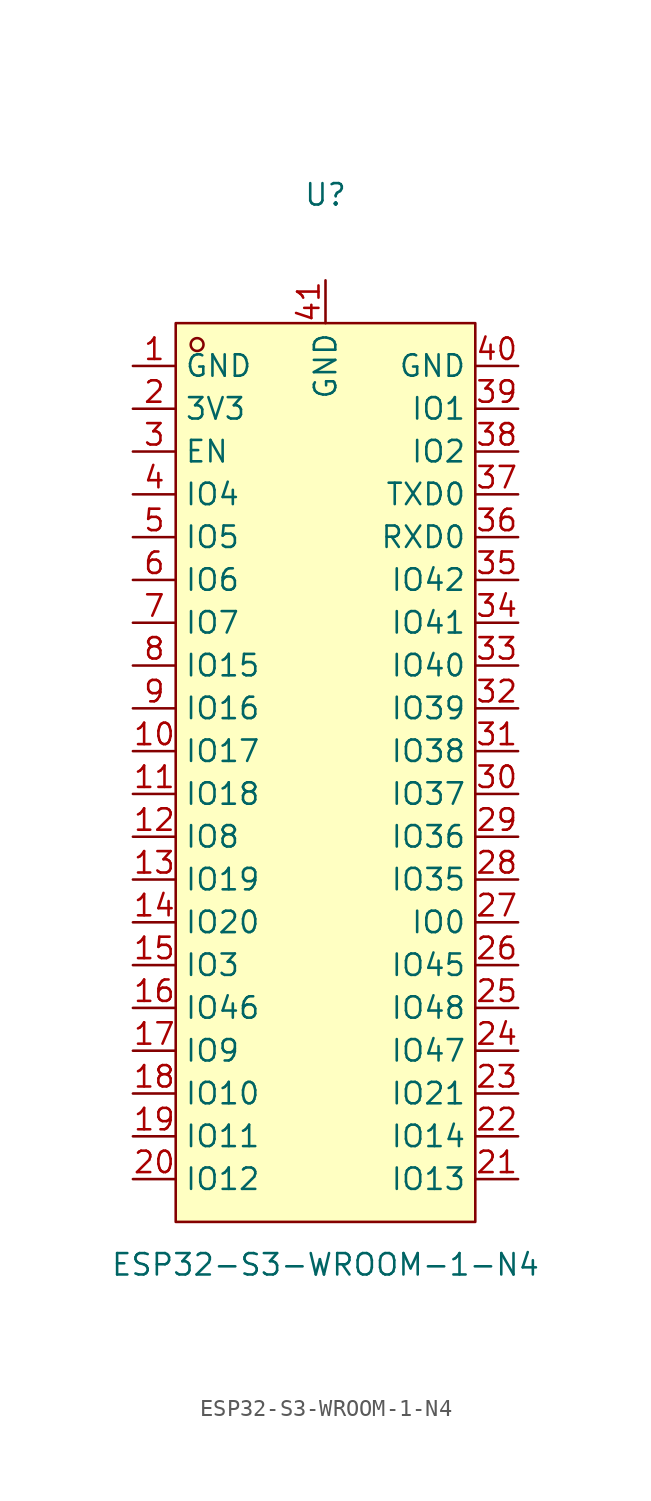
<source format=kicad_sym>
(kicad_symbol_lib
  (version 20211014)
  (generator https://github.com/uPesy/easyeda2kicad.py)
  (symbol "ESP32-S3-WROOM-1-N4"
    (property "Reference" "U"
      (at 0 34.29 0)
      (effects (font (size 1.27 1.27))))
    (property "Value" "ESP32-S3-WROOM-1-N4"
      (at 0 -29.21 0)
      (effects (font (size 1.27 1.27))))
    (symbol "ESP32-S3-WROOM-1-N4_0_1"
      (rectangle (start -8.89 26.67) (end 8.89 -26.67) (stroke (width 0) (type default) (color 0 0 0 0)) (fill (type background)))
      (circle (center -7.62 25.40) (radius 0.38) (stroke (width 0) (type default) (color 0 0 0 0)) (fill (type none)))
      (pin unspecified line (at -11.43 24.13 0) (length 2.54) (name "GND" (effects (font (size 1.27 1.27)))) (number "1" (effects (font (size 1.27 1.27)))))
      (pin unspecified line (at -11.43 21.59 0) (length 2.54) (name "3V3" (effects (font (size 1.27 1.27)))) (number "2" (effects (font (size 1.27 1.27)))))
      (pin unspecified line (at -11.43 19.05 0) (length 2.54) (name "EN" (effects (font (size 1.27 1.27)))) (number "3" (effects (font (size 1.27 1.27)))))
      (pin unspecified line (at -11.43 16.51 0) (length 2.54) (name "IO4" (effects (font (size 1.27 1.27)))) (number "4" (effects (font (size 1.27 1.27)))))
      (pin unspecified line (at -11.43 13.97 0) (length 2.54) (name "IO5" (effects (font (size 1.27 1.27)))) (number "5" (effects (font (size 1.27 1.27)))))
      (pin unspecified line (at -11.43 11.43 0) (length 2.54) (name "IO6" (effects (font (size 1.27 1.27)))) (number "6" (effects (font (size 1.27 1.27)))))
      (pin unspecified line (at -11.43 8.89 0) (length 2.54) (name "IO7" (effects (font (size 1.27 1.27)))) (number "7" (effects (font (size 1.27 1.27)))))
      (pin unspecified line (at -11.43 6.35 0) (length 2.54) (name "IO15" (effects (font (size 1.27 1.27)))) (number "8" (effects (font (size 1.27 1.27)))))
      (pin unspecified line (at -11.43 3.81 0) (length 2.54) (name "IO16" (effects (font (size 1.27 1.27)))) (number "9" (effects (font (size 1.27 1.27)))))
      (pin unspecified line (at -11.43 1.27 0) (length 2.54) (name "IO17" (effects (font (size 1.27 1.27)))) (number "10" (effects (font (size 1.27 1.27)))))
      (pin unspecified line (at -11.43 -1.27 0) (length 2.54) (name "IO18" (effects (font (size 1.27 1.27)))) (number "11" (effects (font (size 1.27 1.27)))))
      (pin unspecified line (at -11.43 -3.81 0) (length 2.54) (name "IO8" (effects (font (size 1.27 1.27)))) (number "12" (effects (font (size 1.27 1.27)))))
      (pin unspecified line (at -11.43 -6.35 0) (length 2.54) (name "IO19" (effects (font (size 1.27 1.27)))) (number "13" (effects (font (size 1.27 1.27)))))
      (pin unspecified line (at -11.43 -8.89 0) (length 2.54) (name "IO20" (effects (font (size 1.27 1.27)))) (number "14" (effects (font (size 1.27 1.27)))))
      (pin unspecified line (at -11.43 -11.43 0) (length 2.54) (name "IO3" (effects (font (size 1.27 1.27)))) (number "15" (effects (font (size 1.27 1.27)))))
      (pin unspecified line (at -11.43 -13.97 0) (length 2.54) (name "IO46" (effects (font (size 1.27 1.27)))) (number "16" (effects (font (size 1.27 1.27)))))
      (pin unspecified line (at -11.43 -16.51 0) (length 2.54) (name "IO9" (effects (font (size 1.27 1.27)))) (number "17" (effects (font (size 1.27 1.27)))))
      (pin unspecified line (at -11.43 -19.05 0) (length 2.54) (name "IO10" (effects (font (size 1.27 1.27)))) (number "18" (effects (font (size 1.27 1.27)))))
      (pin unspecified line (at -11.43 -21.59 0) (length 2.54) (name "IO11" (effects (font (size 1.27 1.27)))) (number "19" (effects (font (size 1.27 1.27)))))
      (pin unspecified line (at -11.43 -24.13 0) (length 2.54) (name "IO12" (effects (font (size 1.27 1.27)))) (number "20" (effects (font (size 1.27 1.27)))))
      (pin unspecified line (at 11.43 -24.13 180) (length 2.54) (name "IO13" (effects (font (size 1.27 1.27)))) (number "21" (effects (font (size 1.27 1.27)))))
      (pin unspecified line (at 11.43 -21.59 180) (length 2.54) (name "IO14" (effects (font (size 1.27 1.27)))) (number "22" (effects (font (size 1.27 1.27)))))
      (pin unspecified line (at 11.43 -19.05 180) (length 2.54) (name "IO21" (effects (font (size 1.27 1.27)))) (number "23" (effects (font (size 1.27 1.27)))))
      (pin unspecified line (at 11.43 -16.51 180) (length 2.54) (name "IO47" (effects (font (size 1.27 1.27)))) (number "24" (effects (font (size 1.27 1.27)))))
      (pin unspecified line (at 11.43 -13.97 180) (length 2.54) (name "IO48" (effects (font (size 1.27 1.27)))) (number "25" (effects (font (size 1.27 1.27)))))
      (pin unspecified line (at 11.43 -11.43 180) (length 2.54) (name "IO45" (effects (font (size 1.27 1.27)))) (number "26" (effects (font (size 1.27 1.27)))))
      (pin unspecified line (at 11.43 -8.89 180) (length 2.54) (name "IO0" (effects (font (size 1.27 1.27)))) (number "27" (effects (font (size 1.27 1.27)))))
      (pin unspecified line (at 11.43 -6.35 180) (length 2.54) (name "IO35" (effects (font (size 1.27 1.27)))) (number "28" (effects (font (size 1.27 1.27)))))
      (pin unspecified line (at 11.43 -3.81 180) (length 2.54) (name "IO36" (effects (font (size 1.27 1.27)))) (number "29" (effects (font (size 1.27 1.27)))))
      (pin unspecified line (at 11.43 -1.27 180) (length 2.54) (name "IO37" (effects (font (size 1.27 1.27)))) (number "30" (effects (font (size 1.27 1.27)))))
      (pin unspecified line (at 11.43 1.27 180) (length 2.54) (name "IO38" (effects (font (size 1.27 1.27)))) (number "31" (effects (font (size 1.27 1.27)))))
      (pin unspecified line (at 11.43 3.81 180) (length 2.54) (name "IO39" (effects (font (size 1.27 1.27)))) (number "32" (effects (font (size 1.27 1.27)))))
      (pin unspecified line (at 11.43 6.35 180) (length 2.54) (name "IO40" (effects (font (size 1.27 1.27)))) (number "33" (effects (font (size 1.27 1.27)))))
      (pin unspecified line (at 11.43 8.89 180) (length 2.54) (name "IO41" (effects (font (size 1.27 1.27)))) (number "34" (effects (font (size 1.27 1.27)))))
      (pin unspecified line (at 11.43 11.43 180) (length 2.54) (name "IO42" (effects (font (size 1.27 1.27)))) (number "35" (effects (font (size 1.27 1.27)))))
      (pin unspecified line (at 11.43 13.97 180) (length 2.54) (name "RXD0" (effects (font (size 1.27 1.27)))) (number "36" (effects (font (size 1.27 1.27)))))
      (pin unspecified line (at 11.43 16.51 180) (length 2.54) (name "TXD0" (effects (font (size 1.27 1.27)))) (number "37" (effects (font (size 1.27 1.27)))))
      (pin unspecified line (at 11.43 19.05 180) (length 2.54) (name "IO2" (effects (font (size 1.27 1.27)))) (number "38" (effects (font (size 1.27 1.27)))))
      (pin unspecified line (at 11.43 21.59 180) (length 2.54) (name "IO1" (effects (font (size 1.27 1.27)))) (number "39" (effects (font (size 1.27 1.27)))))
      (pin unspecified line (at 11.43 24.13 180) (length 2.54) (name "GND" (effects (font (size 1.27 1.27)))) (number "40" (effects (font (size 1.27 1.27)))))
      (pin unspecified line (at 0.00 29.21 270) (length 2.54) (name "GND" (effects (font (size 1.27 1.27)))) (number "41" (effects (font (size 1.27 1.27))))))))
</source>
